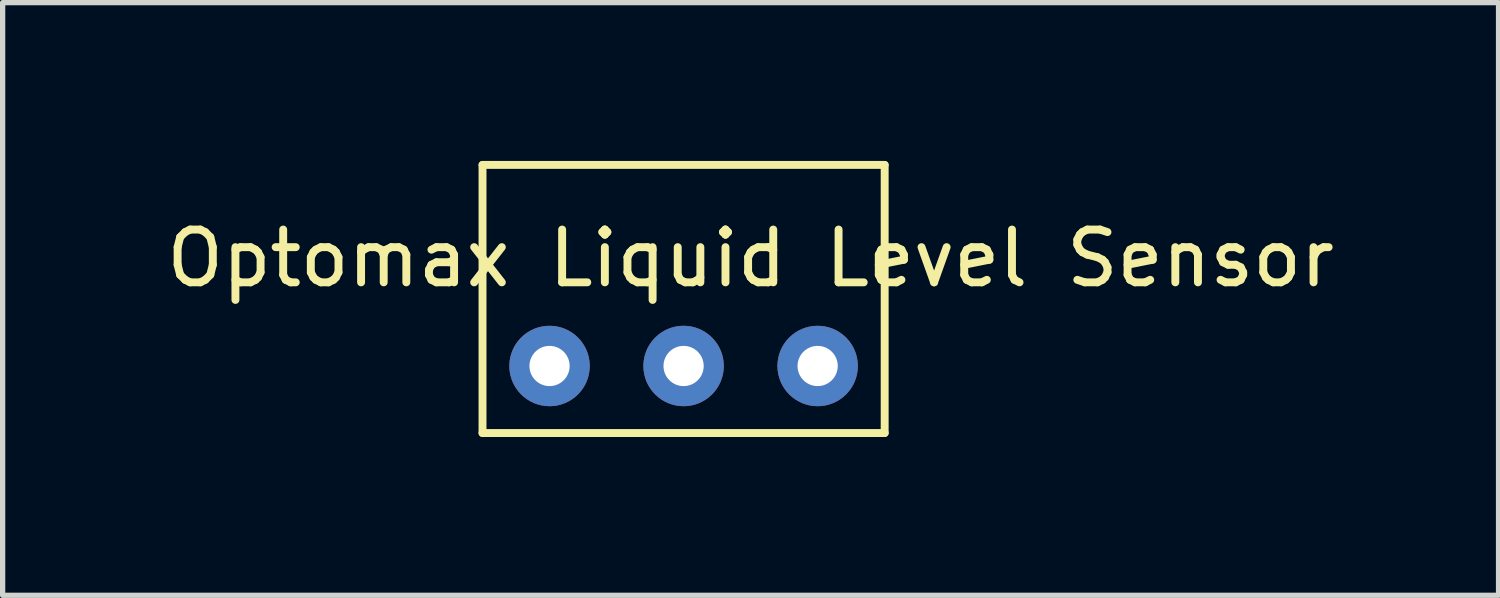
<source format=kicad_pcb>
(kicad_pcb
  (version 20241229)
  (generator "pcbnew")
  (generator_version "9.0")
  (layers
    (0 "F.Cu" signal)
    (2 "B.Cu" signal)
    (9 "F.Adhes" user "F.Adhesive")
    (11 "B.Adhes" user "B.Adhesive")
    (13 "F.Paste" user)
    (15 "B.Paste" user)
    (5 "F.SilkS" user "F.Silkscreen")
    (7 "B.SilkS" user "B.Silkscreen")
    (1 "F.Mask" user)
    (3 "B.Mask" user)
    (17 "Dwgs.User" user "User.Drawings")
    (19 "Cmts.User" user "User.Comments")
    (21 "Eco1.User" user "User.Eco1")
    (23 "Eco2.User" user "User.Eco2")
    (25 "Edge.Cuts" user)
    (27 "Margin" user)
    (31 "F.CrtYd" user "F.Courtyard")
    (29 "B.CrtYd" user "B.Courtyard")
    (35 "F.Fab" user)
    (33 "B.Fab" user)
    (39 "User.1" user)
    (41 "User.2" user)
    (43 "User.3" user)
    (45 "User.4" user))
  (footprint "Optomax Liquid Level Sensor"
    (layer "F.Cu")
    (at 11.173 1.345)
    (property "Reference" "Optomax Liquid Level Sensor" (at 0 0.5 0) (layer "F.SilkS") (effects (font (size 1 1) (thickness 0.15))))
    (attr through_hole)
    (fp_line (start -5.08 -1.27) (end 2.54 -1.27) (stroke (width 0.15) (type solid)) (layer "F.SilkS"))
    (fp_line (start -5.08 3.81) (end -5.08 -1.27) (stroke (width 0.15) (type solid)) (layer "F.SilkS"))
    (fp_line (start 2.54 -1.27) (end 2.54 3.81) (stroke (width 0.15) (type solid)) (layer "F.SilkS"))
    (fp_line (start 2.54 3.81) (end -5.08 3.81) (stroke (width 0.15) (type solid)) (layer "F.SilkS"))
    (pad "1" thru_hole circle (at -3.81 2.54) (size 1.524 1.524) (drill 0.762) (layers "*.Cu" "*.Mask"))
    (pad "2" thru_hole circle (at -1.27 2.54) (size 1.524 1.524) (drill 0.762) (layers "*.Cu" "*.Mask"))
    (pad "3" thru_hole circle (at 1.27 2.54) (size 1.524 1.524) (drill 0.762) (layers "*.Cu" "*.Mask")))
  (gr_rect
    (start -3 -3)
    (end 25.345 8.23)
    (stroke (width 0.1) (type default))
    (fill no)
    (layer "Edge.Cuts")))
</source>
